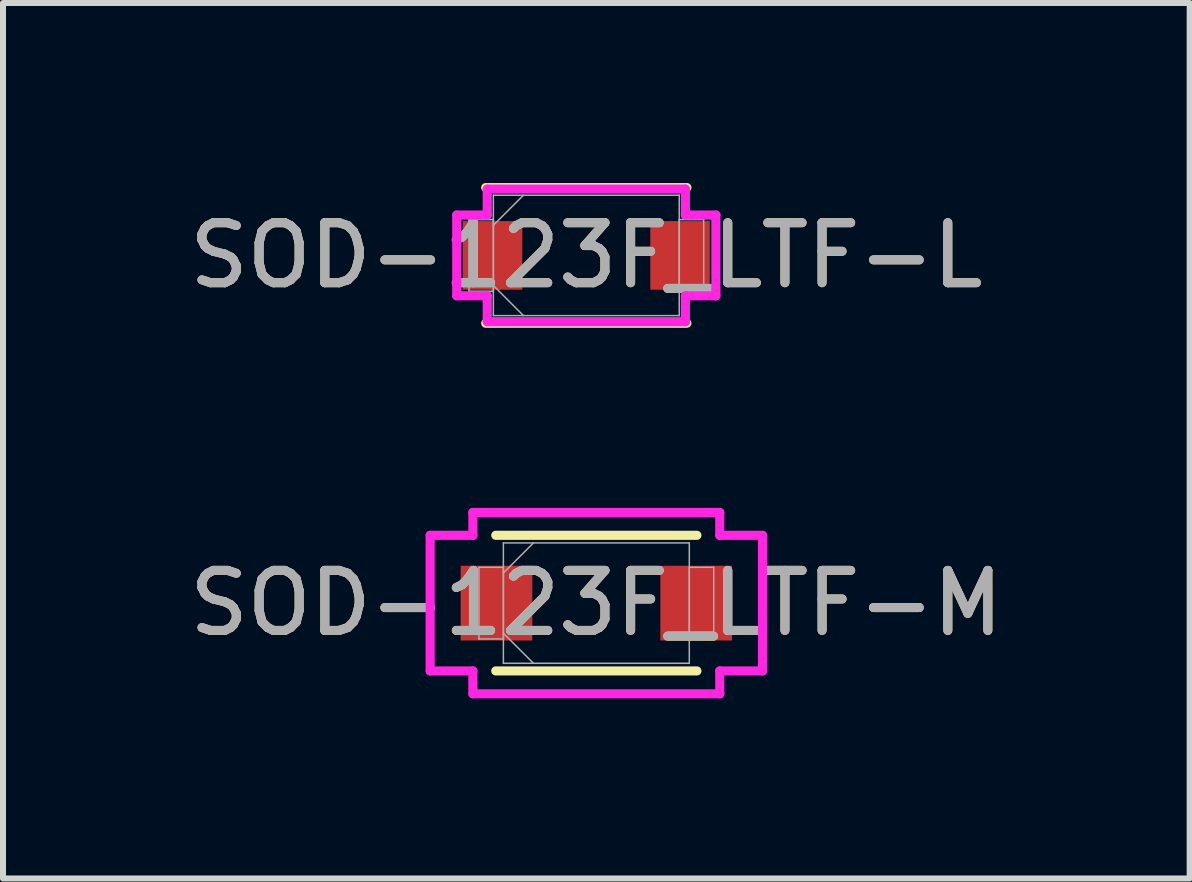
<source format=kicad_pcb>
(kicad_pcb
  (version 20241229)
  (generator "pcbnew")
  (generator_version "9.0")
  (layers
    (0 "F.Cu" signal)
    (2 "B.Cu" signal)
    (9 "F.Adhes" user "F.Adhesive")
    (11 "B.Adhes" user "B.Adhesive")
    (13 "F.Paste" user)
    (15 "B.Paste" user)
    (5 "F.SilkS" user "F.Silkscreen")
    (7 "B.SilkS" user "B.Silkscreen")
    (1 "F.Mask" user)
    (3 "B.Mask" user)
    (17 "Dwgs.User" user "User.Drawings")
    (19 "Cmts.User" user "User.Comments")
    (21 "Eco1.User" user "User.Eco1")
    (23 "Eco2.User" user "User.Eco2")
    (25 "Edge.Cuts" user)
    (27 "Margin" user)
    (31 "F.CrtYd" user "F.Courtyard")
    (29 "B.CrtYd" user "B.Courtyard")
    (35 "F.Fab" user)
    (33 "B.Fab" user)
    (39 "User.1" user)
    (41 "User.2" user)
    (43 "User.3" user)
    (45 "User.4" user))
  (footprint "SOD-123F_LTF-M"
    (layer "F.Cu")
    (at 6.887 7)
    (property "Reference" "SOD-123F_LTF-M" (at 0 0 0) (unlocked yes) (layer "F.SilkS") (effects (font (size 1 1) (thickness 0.15))))
    (attr smd)
    (fp_line (start -1.676 1.13) (end 1.676 1.13) (stroke (width 0.152) (type solid)) (layer "F.SilkS"))
    (fp_line (start 1.676 -1.13) (end -1.676 -1.13) (stroke (width 0.152) (type solid)) (layer "F.SilkS"))
    (fp_line (start -2.769 -1.13) (end -2.057 -1.13) (stroke (width 0.152) (type solid)) (layer "F.CrtYd"))
    (fp_line (start -2.769 1.13) (end -2.769 -1.13) (stroke (width 0.152) (type solid)) (layer "F.CrtYd"))
    (fp_line (start -2.057 -1.511) (end 2.057 -1.511) (stroke (width 0.152) (type solid)) (layer "F.CrtYd"))
    (fp_line (start -2.057 -1.13) (end -2.057 -1.511) (stroke (width 0.152) (type solid)) (layer "F.CrtYd"))
    (fp_line (start -2.057 1.13) (end -2.769 1.13) (stroke (width 0.152) (type solid)) (layer "F.CrtYd"))
    (fp_line (start -2.057 1.511) (end -2.057 1.13) (stroke (width 0.152) (type solid)) (layer "F.CrtYd"))
    (fp_line (start 2.057 -1.511) (end 2.057 -1.13) (stroke (width 0.152) (type solid)) (layer "F.CrtYd"))
    (fp_line (start 2.057 -1.13) (end 2.769 -1.13) (stroke (width 0.152) (type solid)) (layer "F.CrtYd"))
    (fp_line (start 2.057 1.13) (end 2.057 1.511) (stroke (width 0.152) (type solid)) (layer "F.CrtYd"))
    (fp_line (start 2.057 1.511) (end -2.057 1.511) (stroke (width 0.152) (type solid)) (layer "F.CrtYd"))
    (fp_line (start 2.769 -1.13) (end 2.769 1.13) (stroke (width 0.152) (type solid)) (layer "F.CrtYd"))
    (fp_line (start 2.769 1.13) (end 2.057 1.13) (stroke (width 0.152) (type solid)) (layer "F.CrtYd"))
    (fp_line (start -1.956 -0.597) (end -1.956 0.597) (stroke (width 0.025) (type solid)) (layer "F.Fab"))
    (fp_line (start -1.956 0.597) (end -1.549 0.597) (stroke (width 0.025) (type solid)) (layer "F.Fab"))
    (fp_line (start -1.549 -1.003) (end -1.549 1.003) (stroke (width 0.025) (type solid)) (layer "F.Fab"))
    (fp_line (start -1.549 -0.597) (end -1.956 -0.597) (stroke (width 0.025) (type solid)) (layer "F.Fab"))
    (fp_line (start -1.549 -0.502) (end -1.048 -1.003) (stroke (width 0.025) (type solid)) (layer "F.Fab"))
    (fp_line (start -1.549 0.502) (end -1.048 1.003) (stroke (width 0.025) (type solid)) (layer "F.Fab"))
    (fp_line (start -1.549 0.597) (end -1.549 -0.597) (stroke (width 0.025) (type solid)) (layer "F.Fab"))
    (fp_line (start -1.549 1.003) (end 1.549 1.003) (stroke (width 0.025) (type solid)) (layer "F.Fab"))
    (fp_line (start 1.549 -1.003) (end -1.549 -1.003) (stroke (width 0.025) (type solid)) (layer "F.Fab"))
    (fp_line (start 1.549 -0.597) (end 1.549 0.597) (stroke (width 0.025) (type solid)) (layer "F.Fab"))
    (fp_line (start 1.549 0.597) (end 1.956 0.597) (stroke (width 0.025) (type solid)) (layer "F.Fab"))
    (fp_line (start 1.549 1.003) (end 1.549 -1.003) (stroke (width 0.025) (type solid)) (layer "F.Fab"))
    (fp_line (start 1.956 -0.597) (end 1.549 -0.597) (stroke (width 0.025) (type solid)) (layer "F.Fab"))
    (fp_line (start 1.956 0.597) (end 1.956 -0.597) (stroke (width 0.025) (type solid)) (layer "F.Fab"))
    (fp_text user "${REFERENCE}" (at 0 0 0) (unlocked yes) (layer "F.Fab") (effects (font (size 1 1) (thickness 0.15))))
    (pad "1" smd rect (at -1.664 0) (size 1.194 1.245) (layers "F.Cu" "F.Mask" "F.Paste"))
    (pad "2" smd rect (at 1.664 0) (size 1.194 1.245) (layers "F.Cu" "F.Mask" "F.Paste"))
    (zone (net_name "") (layer "F.Cu") (hatch full 0.508) (connect_pads) (min_thickness 0.254) (filled_areas_thickness no) (keepout (tracks not_allowed) (vias not_allowed) (pads allowed) (copperpour not_allowed) (footprints allowed)) (placement (enabled no)) (fill) (polygon (pts (xy 5.871 6.048) (xy 7.903 6.048) (xy 7.903 7.953) (xy 5.871 7.953)))))
  (footprint "SOD-123F_LTF-L"
    (layer "F.Cu")
    (at 6.72 1.206)
    (property "Reference" "SOD-123F_LTF-L" (at 0 0 0) (unlocked yes) (layer "F.SilkS") (effects (font (size 1 1) (thickness 0.15))))
    (attr smd)
    (fp_line (start -1.676 1.13) (end 1.676 1.13) (stroke (width 0.152) (type solid)) (layer "F.SilkS"))
    (fp_line (start 1.676 -1.13) (end -1.676 -1.13) (stroke (width 0.152) (type solid)) (layer "F.SilkS"))
    (fp_line (start -2.159 -0.673) (end -1.651 -0.673) (stroke (width 0.152) (type solid)) (layer "F.CrtYd"))
    (fp_line (start -2.159 0.673) (end -2.159 -0.673) (stroke (width 0.152) (type solid)) (layer "F.CrtYd"))
    (fp_line (start -1.651 -1.105) (end 1.651 -1.105) (stroke (width 0.152) (type solid)) (layer "F.CrtYd"))
    (fp_line (start -1.651 -0.673) (end -1.651 -1.105) (stroke (width 0.152) (type solid)) (layer "F.CrtYd"))
    (fp_line (start -1.651 0.673) (end -2.159 0.673) (stroke (width 0.152) (type solid)) (layer "F.CrtYd"))
    (fp_line (start -1.651 1.105) (end -1.651 0.673) (stroke (width 0.152) (type solid)) (layer "F.CrtYd"))
    (fp_line (start 1.651 -1.105) (end 1.651 -0.673) (stroke (width 0.152) (type solid)) (layer "F.CrtYd"))
    (fp_line (start 1.651 -0.673) (end 2.159 -0.673) (stroke (width 0.152) (type solid)) (layer "F.CrtYd"))
    (fp_line (start 1.651 0.673) (end 1.651 1.105) (stroke (width 0.152) (type solid)) (layer "F.CrtYd"))
    (fp_line (start 1.651 1.105) (end -1.651 1.105) (stroke (width 0.152) (type solid)) (layer "F.CrtYd"))
    (fp_line (start 2.159 -0.673) (end 2.159 0.673) (stroke (width 0.152) (type solid)) (layer "F.CrtYd"))
    (fp_line (start 2.159 0.673) (end 1.651 0.673) (stroke (width 0.152) (type solid)) (layer "F.CrtYd"))
    (fp_line (start -1.956 -0.597) (end -1.956 0.597) (stroke (width 0.025) (type solid)) (layer "F.Fab"))
    (fp_line (start -1.956 0.597) (end -1.549 0.597) (stroke (width 0.025) (type solid)) (layer "F.Fab"))
    (fp_line (start -1.549 -1.003) (end -1.549 1.003) (stroke (width 0.025) (type solid)) (layer "F.Fab"))
    (fp_line (start -1.549 -0.597) (end -1.956 -0.597) (stroke (width 0.025) (type solid)) (layer "F.Fab"))
    (fp_line (start -1.549 -0.502) (end -1.048 -1.003) (stroke (width 0.025) (type solid)) (layer "F.Fab"))
    (fp_line (start -1.549 0.502) (end -1.048 1.003) (stroke (width 0.025) (type solid)) (layer "F.Fab"))
    (fp_line (start -1.549 0.597) (end -1.549 -0.597) (stroke (width 0.025) (type solid)) (layer "F.Fab"))
    (fp_line (start -1.549 1.003) (end 1.549 1.003) (stroke (width 0.025) (type solid)) (layer "F.Fab"))
    (fp_line (start 1.549 -1.003) (end -1.549 -1.003) (stroke (width 0.025) (type solid)) (layer "F.Fab"))
    (fp_line (start 1.549 -0.597) (end 1.549 0.597) (stroke (width 0.025) (type solid)) (layer "F.Fab"))
    (fp_line (start 1.549 0.597) (end 1.956 0.597) (stroke (width 0.025) (type solid)) (layer "F.Fab"))
    (fp_line (start 1.549 1.003) (end 1.549 -1.003) (stroke (width 0.025) (type solid)) (layer "F.Fab"))
    (fp_line (start 1.956 -0.597) (end 1.549 -0.597) (stroke (width 0.025) (type solid)) (layer "F.Fab"))
    (fp_line (start 1.956 0.597) (end 1.956 -0.597) (stroke (width 0.025) (type solid)) (layer "F.Fab"))
    (fp_text user "${REFERENCE}" (at 0 0 0) (unlocked yes) (layer "F.Fab") (effects (font (size 1 1) (thickness 0.15))))
    (pad "1" smd rect (at -1.562 0) (size 0.991 1.143) (layers "F.Cu" "F.Mask" "F.Paste"))
    (pad "2" smd rect (at 1.562 0) (size 0.991 1.143) (layers "F.Cu" "F.Mask" "F.Paste"))
    (zone (net_name "") (layer "F.Cu") (hatch full 0.508) (connect_pads) (min_thickness 0.254) (filled_areas_thickness no) (keepout (tracks not_allowed) (vias not_allowed) (pads allowed) (copperpour not_allowed) (footprints allowed)) (placement (enabled no)) (fill) (polygon (pts (xy 5.704 0.254) (xy 7.736 0.254) (xy 7.736 2.159) (xy 5.704 2.159)))))
  (gr_rect
    (start -3 -3)
    (end 16.774 11.588)
    (stroke (width 0.1) (type default))
    (fill no)
    (layer "Edge.Cuts")))
</source>
